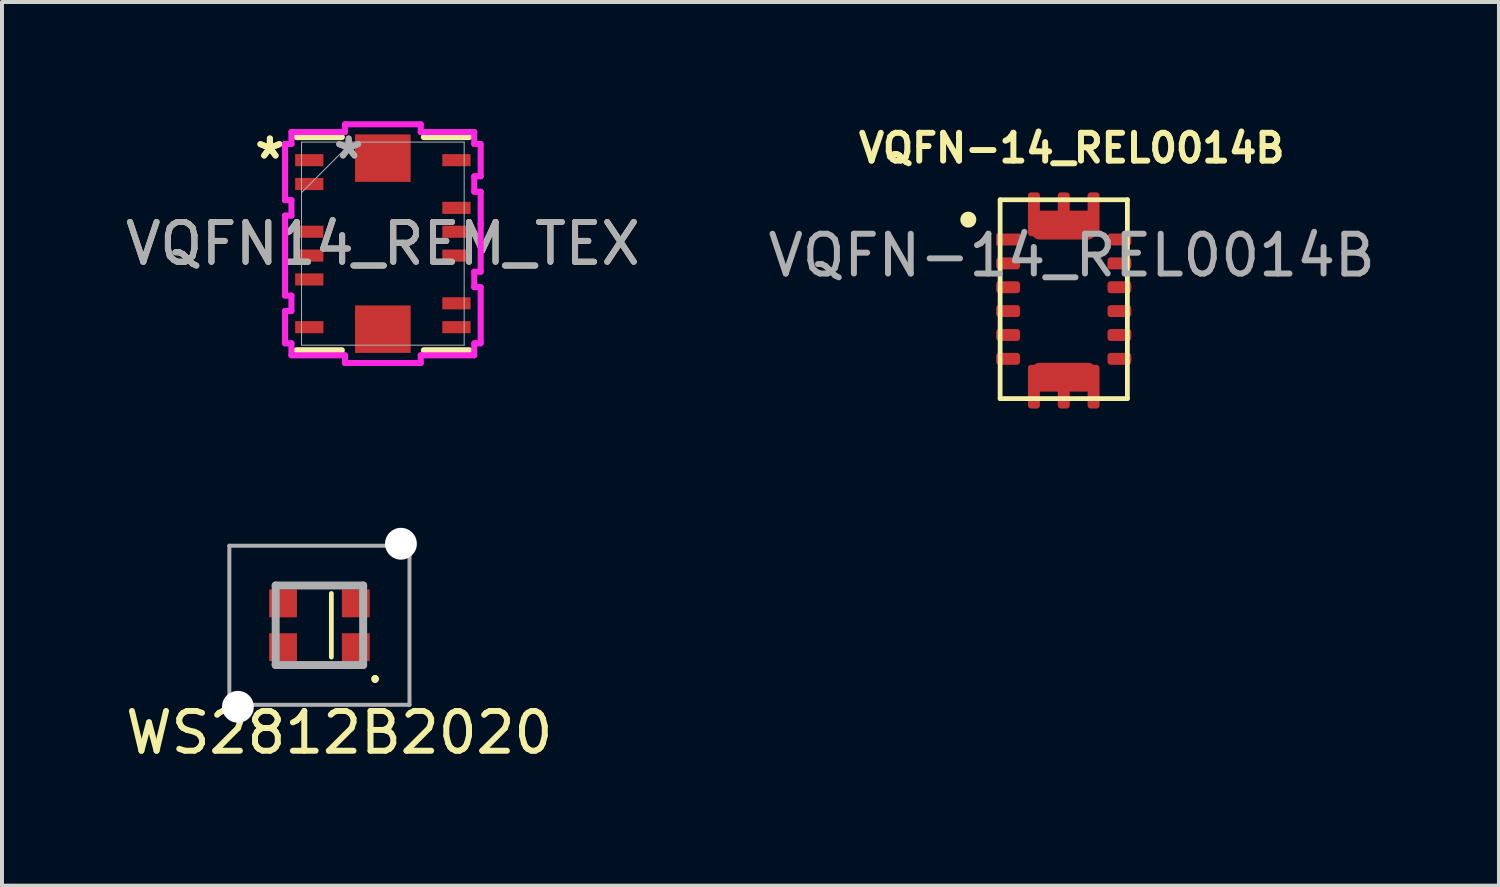
<source format=kicad_pcb>
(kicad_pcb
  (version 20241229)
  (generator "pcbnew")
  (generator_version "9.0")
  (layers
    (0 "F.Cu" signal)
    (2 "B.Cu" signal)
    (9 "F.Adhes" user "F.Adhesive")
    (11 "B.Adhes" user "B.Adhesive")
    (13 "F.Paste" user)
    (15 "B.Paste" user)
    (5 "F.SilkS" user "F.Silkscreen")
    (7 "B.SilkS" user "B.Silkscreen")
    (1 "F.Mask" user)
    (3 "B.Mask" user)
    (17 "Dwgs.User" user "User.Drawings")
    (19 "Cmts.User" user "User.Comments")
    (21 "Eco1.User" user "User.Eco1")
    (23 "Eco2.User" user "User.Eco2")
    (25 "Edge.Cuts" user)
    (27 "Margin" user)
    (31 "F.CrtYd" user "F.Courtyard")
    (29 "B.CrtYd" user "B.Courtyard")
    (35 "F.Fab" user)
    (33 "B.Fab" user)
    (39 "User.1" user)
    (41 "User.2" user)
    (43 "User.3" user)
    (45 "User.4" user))
  (footprint "WS2812B2020"
    (layer "F.Cu")
    (at 4.982 12.673)
    (property "Reference" "WS2812B2020" (at 0.5 2.7 0) (layer "F.SilkS") (effects (font (size 1 1) (thickness 0.15))))
    (attr smd)
    (fp_line (start 0.3 -0.8) (end 0.3 0.8) (stroke (width 0.12) (type default)) (layer "F.SilkS"))
    (fp_line (start 1.4 1.3) (end 1.4 1.3) (stroke (width 0.1) (type solid)) (layer "F.SilkS"))
    (fp_line (start 1.4 1.4) (end 1.4 1.4) (stroke (width 0.1) (type solid)) (layer "F.SilkS"))
    (fp_arc (start 1.4 1.3) (mid 1.45 1.35) (end 1.4 1.4) (stroke (width 0.1) (type solid)) (layer "F.SilkS"))
    (fp_arc (start 1.4 1.4) (mid 1.35 1.35) (end 1.4 1.3) (stroke (width 0.1) (type solid)) (layer "F.SilkS"))
    (fp_line (start -2.265 -2) (end 2.265 -2) (stroke (width 0.1) (type solid)) (layer "F.Fab"))
    (fp_line (start -2.265 2) (end -2.265 -2) (stroke (width 0.1) (type solid)) (layer "F.Fab"))
    (fp_line (start -1.1 -1) (end 1.1 -1) (stroke (width 0.2) (type solid)) (layer "F.Fab"))
    (fp_line (start -1.1 1) (end -1.1 -1) (stroke (width 0.2) (type solid)) (layer "F.Fab"))
    (fp_line (start 1.1 -1) (end 1.1 1) (stroke (width 0.2) (type solid)) (layer "F.Fab"))
    (fp_line (start 1.1 1) (end -1.1 1) (stroke (width 0.2) (type solid)) (layer "F.Fab"))
    (fp_line (start 2.265 -2) (end 2.265 2) (stroke (width 0.1) (type solid)) (layer "F.Fab"))
    (fp_line (start 2.265 2) (end -2.265 2) (stroke (width 0.1) (type solid)) (layer "F.Fab"))
    (pad "" np_thru_hole circle (at -2.05 2.05) (size 0.8 0.8) (drill 0.8) (layers "*.Cu" "*.Mask"))
    (pad "" np_thru_hole circle (at 2.05 -2.05) (size 0.8 0.8) (drill 0.8) (layers "*.Cu" "*.Mask"))
    (pad "1" smd rect (at 0.915 0.55) (size 0.7 0.7) (layers "F.Cu" "F.Mask" "F.Paste"))
    (pad "2" smd rect (at 0.915 -0.55) (size 0.7 0.7) (layers "F.Cu" "F.Mask" "F.Paste"))
    (pad "3" smd rect (at -0.915 -0.55) (size 0.7 0.7) (layers "F.Cu" "F.Mask" "F.Paste"))
    (pad "4" smd rect (at -0.915 0.55) (size 0.7 0.7) (layers "F.Cu" "F.Mask" "F.Paste")))
  (footprint "VQFN14_REM_TEX"
    (layer "F.Cu")
    (at 6.577 3.077)
    (property "Reference" "VQFN14_REM_TEX" (at 0 0 0) (unlocked yes) (layer "F.SilkS") (effects (font (size 1 1) (thickness 0.15))))
    (attr smd)
    (fp_line (start -2.172 -2.68) (end -1.031 -2.68) (stroke (width 0.152) (type solid)) (layer "F.SilkS"))
    (fp_line (start -1.031 2.68) (end -2.172 2.68) (stroke (width 0.152) (type solid)) (layer "F.SilkS"))
    (fp_line (start 1.031 -2.68) (end 2.172 -2.68) (stroke (width 0.152) (type solid)) (layer "F.SilkS"))
    (fp_line (start 2.172 2.68) (end 1.031 2.68) (stroke (width 0.152) (type solid)) (layer "F.SilkS"))
    (fp_line (start -2.46 -2.506) (end -2.46 -1.094) (stroke (width 0.152) (type solid)) (layer "F.CrtYd"))
    (fp_line (start -2.46 -1.094) (end -2.299 -1.094) (stroke (width 0.152) (type solid)) (layer "F.CrtYd"))
    (fp_line (start -2.46 -0.706) (end -2.46 1.306) (stroke (width 0.152) (type solid)) (layer "F.CrtYd"))
    (fp_line (start -2.46 1.306) (end -2.299 1.306) (stroke (width 0.152) (type solid)) (layer "F.CrtYd"))
    (fp_line (start -2.46 1.694) (end -2.46 2.506) (stroke (width 0.152) (type solid)) (layer "F.CrtYd"))
    (fp_line (start -2.46 2.506) (end -2.299 2.506) (stroke (width 0.152) (type solid)) (layer "F.CrtYd"))
    (fp_line (start -2.299 -2.807) (end -2.299 -2.506) (stroke (width 0.152) (type solid)) (layer "F.CrtYd"))
    (fp_line (start -2.299 -2.506) (end -2.46 -2.506) (stroke (width 0.152) (type solid)) (layer "F.CrtYd"))
    (fp_line (start -2.299 -1.094) (end -2.299 -0.706) (stroke (width 0.152) (type solid)) (layer "F.CrtYd"))
    (fp_line (start -2.299 -0.706) (end -2.46 -0.706) (stroke (width 0.152) (type solid)) (layer "F.CrtYd"))
    (fp_line (start -2.299 1.306) (end -2.299 1.694) (stroke (width 0.152) (type solid)) (layer "F.CrtYd"))
    (fp_line (start -2.299 1.694) (end -2.46 1.694) (stroke (width 0.152) (type solid)) (layer "F.CrtYd"))
    (fp_line (start -2.299 2.506) (end -2.299 2.807) (stroke (width 0.152) (type solid)) (layer "F.CrtYd"))
    (fp_line (start -2.299 2.807) (end -0.953 2.807) (stroke (width 0.152) (type solid)) (layer "F.CrtYd"))
    (fp_line (start -0.953 -3.001) (end -0.953 -2.807) (stroke (width 0.152) (type solid)) (layer "F.CrtYd"))
    (fp_line (start -0.953 -2.807) (end -2.299 -2.807) (stroke (width 0.152) (type solid)) (layer "F.CrtYd"))
    (fp_line (start -0.953 2.807) (end -0.953 3.001) (stroke (width 0.152) (type solid)) (layer "F.CrtYd"))
    (fp_line (start -0.953 3.001) (end 0.953 3.001) (stroke (width 0.152) (type solid)) (layer "F.CrtYd"))
    (fp_line (start 0.953 -3.001) (end -0.953 -3.001) (stroke (width 0.152) (type solid)) (layer "F.CrtYd"))
    (fp_line (start 0.953 -2.807) (end 0.953 -3.001) (stroke (width 0.152) (type solid)) (layer "F.CrtYd"))
    (fp_line (start 0.953 2.807) (end 2.299 2.807) (stroke (width 0.152) (type solid)) (layer "F.CrtYd"))
    (fp_line (start 0.953 3.001) (end 0.953 2.807) (stroke (width 0.152) (type solid)) (layer "F.CrtYd"))
    (fp_line (start 2.299 -2.807) (end 0.953 -2.807) (stroke (width 0.152) (type solid)) (layer "F.CrtYd"))
    (fp_line (start 2.299 -2.506) (end 2.299 -2.807) (stroke (width 0.152) (type solid)) (layer "F.CrtYd"))
    (fp_line (start 2.299 -1.694) (end 2.46 -1.694) (stroke (width 0.152) (type solid)) (layer "F.CrtYd"))
    (fp_line (start 2.299 -1.306) (end 2.299 -1.694) (stroke (width 0.152) (type solid)) (layer "F.CrtYd"))
    (fp_line (start 2.299 0.706) (end 2.46 0.706) (stroke (width 0.152) (type solid)) (layer "F.CrtYd"))
    (fp_line (start 2.299 1.094) (end 2.299 0.706) (stroke (width 0.152) (type solid)) (layer "F.CrtYd"))
    (fp_line (start 2.299 2.506) (end 2.46 2.506) (stroke (width 0.152) (type solid)) (layer "F.CrtYd"))
    (fp_line (start 2.299 2.807) (end 2.299 2.506) (stroke (width 0.152) (type solid)) (layer "F.CrtYd"))
    (fp_line (start 2.46 -2.506) (end 2.299 -2.506) (stroke (width 0.152) (type solid)) (layer "F.CrtYd"))
    (fp_line (start 2.46 -1.694) (end 2.46 -2.506) (stroke (width 0.152) (type solid)) (layer "F.CrtYd"))
    (fp_line (start 2.46 -1.306) (end 2.299 -1.306) (stroke (width 0.152) (type solid)) (layer "F.CrtYd"))
    (fp_line (start 2.46 -0.494) (end 2.46 -1.306) (stroke (width 0.152) (type solid)) (layer "F.CrtYd"))
    (fp_line (start 2.46 1.094) (end 2.299 1.094) (stroke (width 0.152) (type solid)) (layer "F.CrtYd"))
    (fp_line (start 2.46 2.506) (end 2.46 1.094) (stroke (width 0.152) (type solid)) (layer "F.CrtYd"))
    (fp_line (start 2.46 -0.494) (end 2.46 -0.494) (stroke (width 0.152) (type solid)) (layer "F.CrtYd"))
    (fp_line (start 2.46 0.706) (end 2.46 -0.494) (stroke (width 0.152) (type solid)) (layer "F.CrtYd"))
    (fp_line (start -2.045 -2.553) (end -2.045 2.553) (stroke (width 0.025) (type solid)) (layer "F.Fab"))
    (fp_line (start -2.045 -1.283) (end -0.775 -2.553) (stroke (width 0.025) (type solid)) (layer "F.Fab"))
    (fp_line (start -2.045 2.553) (end 2.045 2.553) (stroke (width 0.025) (type solid)) (layer "F.Fab"))
    (fp_line (start 2.045 -2.553) (end -2.045 -2.553) (stroke (width 0.025) (type solid)) (layer "F.Fab"))
    (fp_line (start 2.045 2.553) (end 2.045 -2.553) (stroke (width 0.025) (type solid)) (layer "F.Fab"))
    (fp_text user "*" (at -2.841 -2.1 0) (layer "F.SilkS") (effects (font (size 1 1) (thickness 0.15))))
    (fp_text user "*" (at -2.841 -2.1 0) (unlocked yes) (layer "F.SilkS") (effects (font (size 1 1) (thickness 0.15))))
    (fp_text user "*" (at -0.859 -2.1 0) (layer "F.Fab") (effects (font (size 1 1) (thickness 0.15))))
    (fp_text user "${REFERENCE}" (at 0 0 0) (unlocked yes) (layer "F.Fab") (effects (font (size 1 1) (thickness 0.15))))
    (fp_text user "*" (at -0.859 -2.1 0) (unlocked yes) (layer "F.Fab") (effects (font (size 1 1) (thickness 0.15))))
    (pad "1" smd rect (at -1.85 -2.1) (size 0.711 0.305) (layers "F.Cu" "F.Mask" "F.Paste"))
    (pad "2" smd rect (at -1.85 -1.5) (size 0.711 0.305) (layers "F.Cu" "F.Mask" "F.Paste"))
    (pad "3" smd rect (at -1.85 -0.3) (size 0.711 0.305) (layers "F.Cu" "F.Mask" "F.Paste"))
    (pad "4" smd rect (at -1.85 0.3) (size 0.711 0.305) (layers "F.Cu" "F.Mask" "F.Paste"))
    (pad "5" smd rect (at -1.85 0.9) (size 0.711 0.305) (layers "F.Cu" "F.Mask" "F.Paste"))
    (pad "6" smd rect (at -1.85 2.1) (size 0.711 0.305) (layers "F.Cu" "F.Mask" "F.Paste"))
    (pad "7" smd rect (at 0 2.15 90) (size 1.194 1.397) (layers "F.Cu" "F.Mask" "F.Paste"))
    (pad "8" smd rect (at 1.85 2.1) (size 0.711 0.305) (layers "F.Cu" "F.Mask" "F.Paste"))
    (pad "9" smd rect (at 1.85 1.5) (size 0.711 0.305) (layers "F.Cu" "F.Mask" "F.Paste"))
    (pad "10" smd rect (at 1.85 0.3) (size 0.711 0.305) (layers "F.Cu" "F.Mask" "F.Paste"))
    (pad "11" smd rect (at 1.85 -0.3) (size 0.711 0.305) (layers "F.Cu" "F.Mask" "F.Paste"))
    (pad "12" smd rect (at 1.85 -0.9) (size 0.711 0.305) (layers "F.Cu" "F.Mask" "F.Paste"))
    (pad "13" smd rect (at 1.85 -2.1) (size 0.711 0.305) (layers "F.Cu" "F.Mask" "F.Paste"))
    (pad "14" smd rect (at 0 -2.15 90) (size 1.194 1.397) (layers "F.Cu" "F.Mask" "F.Paste")))
  (footprint "VQFN-14_REL0014B"
    (layer "F.Cu")
    (at 22.299 4.473)
    (property "Reference" "VQFN-14_REL0014B" (at 1.6 -3.8 0) (unlocked yes) (layer "F.SilkS") (effects (font (size 0.7 0.7) (thickness 0.15))))
    (attr smd)
    (fp_line (start -0.2 -2.5) (end -0.2 2.5) (stroke (width 0.12) (type default)) (layer "F.SilkS"))
    (fp_line (start -0.2 2.5) (end 3 2.5) (stroke (width 0.12) (type default)) (layer "F.SilkS"))
    (fp_line (start 3 -2.5) (end -0.2 -2.5) (stroke (width 0.12) (type default)) (layer "F.SilkS"))
    (fp_line (start 3 2.5) (end 3 -2.5) (stroke (width 0.12) (type default)) (layer "F.SilkS"))
    (fp_circle (center -1 -2) (end -0.859 -2) (stroke (width 0.12) (type solid)) (fill yes) (layer "F.SilkS"))
    (fp_text user "${REFERENCE}" (at 1.6 -1.1 0) (unlocked yes) (layer "F.Fab") (effects (font (size 1 1) (thickness 0.15))))
    (pad "1" smd rect (at 0 -1.5) (size 0.6 0.3) (layers "F.Cu" "F.Mask" "F.Paste"))
    (pad "2" smd roundrect (at 0 -0.9) (size 0.6 0.3) (layers "F.Cu" "F.Mask" "F.Paste") (roundrect_rratio 0.25))
    (pad "3" smd roundrect (at 0 -0.3) (size 0.6 0.3) (layers "F.Cu" "F.Mask" "F.Paste") (roundrect_rratio 0.25))
    (pad "4" smd roundrect (at 0 0.3) (size 0.6 0.3) (layers "F.Cu" "F.Mask" "F.Paste") (roundrect_rratio 0.25))
    (pad "5" smd roundrect (at 0 0.9) (size 0.6 0.3) (layers "F.Cu" "F.Mask" "F.Paste") (roundrect_rratio 0.25))
    (pad "6" smd roundrect (at 0 1.5) (size 0.6 0.3) (layers "F.Cu" "F.Mask" "F.Paste") (roundrect_rratio 0.25))
    (pad "7" smd roundrect (at 0.65 2.2 90) (size 1.1 0.3) (layers "F.Cu" "F.Mask" "F.Paste") (roundrect_rratio 0.25))
    (pad "7" smd roundrect (at 1.4 1.962 180) (size 1.6 0.725) (layers "F.Cu" "F.Mask" "F.Paste") (roundrect_rratio 0.25))
    (pad "7" smd roundrect (at 1.4 2.2 90) (size 1.1 0.3) (layers "F.Cu" "F.Mask" "F.Paste") (roundrect_rratio 0.25))
    (pad "7" smd roundrect (at 2.15 2.2 90) (size 1.1 0.3) (layers "F.Cu" "F.Mask" "F.Paste") (roundrect_rratio 0.25))
    (pad "8" smd roundrect (at 2.8 1.5) (size 0.6 0.3) (layers "F.Cu" "F.Mask" "F.Paste") (roundrect_rratio 0.25))
    (pad "9" smd roundrect (at 2.8 0.9) (size 0.6 0.3) (layers "F.Cu" "F.Mask" "F.Paste") (roundrect_rratio 0.25))
    (pad "10" smd roundrect (at 2.8 0.3) (size 0.6 0.3) (layers "F.Cu" "F.Mask" "F.Paste") (roundrect_rratio 0.25))
    (pad "11" smd roundrect (at 2.8 -0.3) (size 0.6 0.3) (layers "F.Cu" "F.Mask" "F.Paste") (roundrect_rratio 0.25))
    (pad "12" smd roundrect (at 2.8 -0.9) (size 0.6 0.3) (layers "F.Cu" "F.Mask" "F.Paste") (roundrect_rratio 0.25))
    (pad "13" smd roundrect (at 2.8 -1.5) (size 0.6 0.3) (layers "F.Cu" "F.Mask" "F.Paste") (roundrect_rratio 0.25))
    (pad "14" smd roundrect (at 0.65 -2.135 270) (size 1.1 0.3) (layers "F.Cu" "F.Mask" "F.Paste") (roundrect_rratio 0.25))
    (pad "14" smd roundrect (at 1.4 -2.135 270) (size 1.1 0.3) (layers "F.Cu" "F.Mask" "F.Paste") (roundrect_rratio 0.25))
    (pad "14" smd roundrect (at 1.4 -1.863) (size 1.6 0.725) (layers "F.Cu" "F.Mask" "F.Paste") (roundrect_rratio 0.25))
    (pad "14" smd roundrect (at 2.15 -2.135 270) (size 1.1 0.3) (layers "F.Cu" "F.Mask" "F.Paste") (roundrect_rratio 0.25)))
  (gr_rect
    (start -3 -3)
    (end 34.643 19.221)
    (stroke (width 0.1) (type default))
    (fill no)
    (layer "Edge.Cuts")))
</source>
